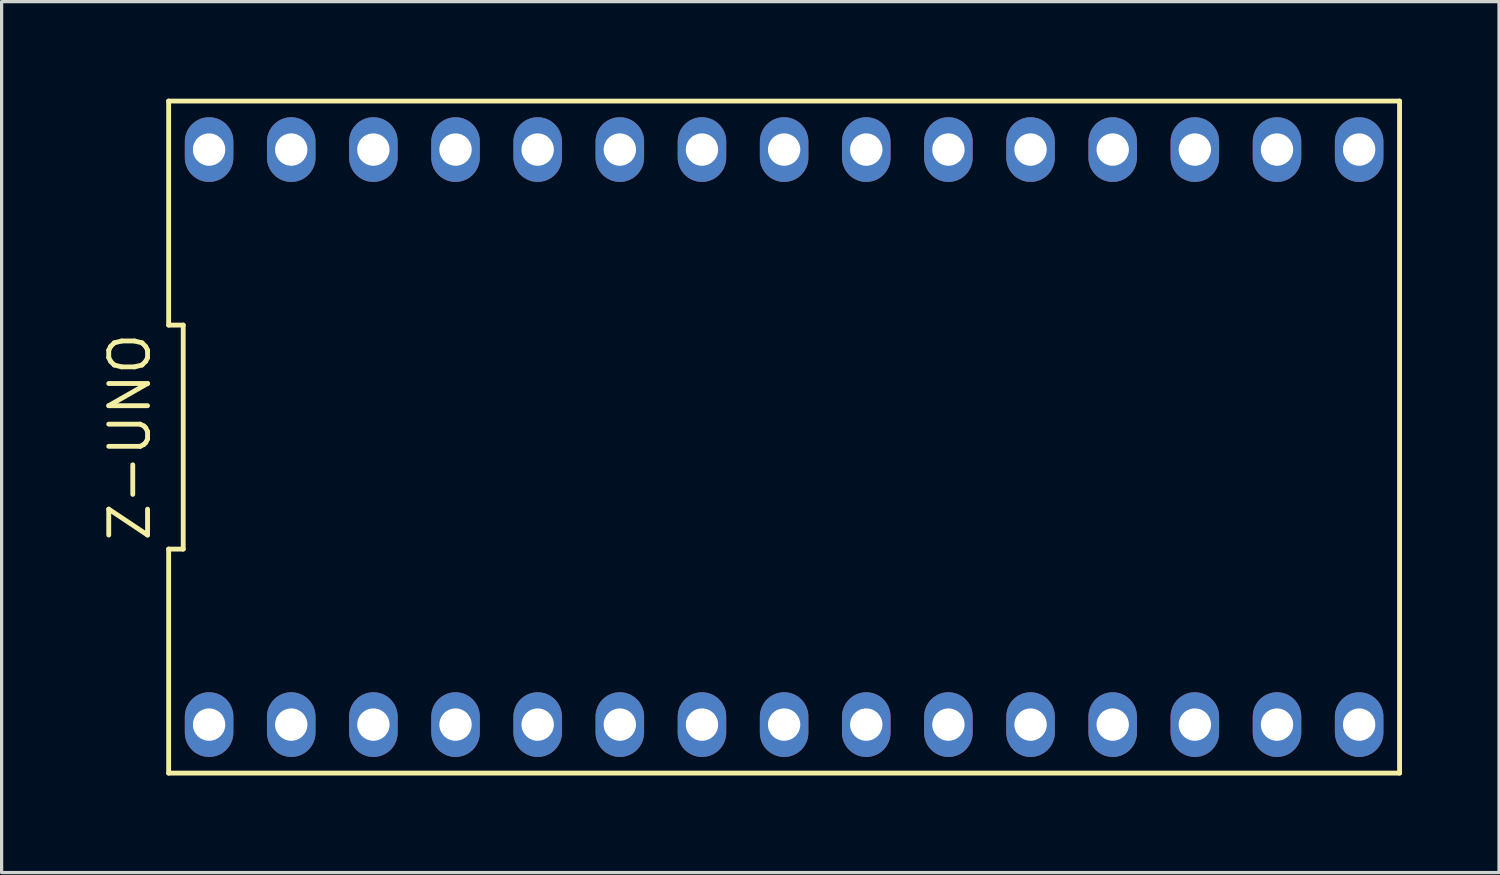
<source format=kicad_pcb>
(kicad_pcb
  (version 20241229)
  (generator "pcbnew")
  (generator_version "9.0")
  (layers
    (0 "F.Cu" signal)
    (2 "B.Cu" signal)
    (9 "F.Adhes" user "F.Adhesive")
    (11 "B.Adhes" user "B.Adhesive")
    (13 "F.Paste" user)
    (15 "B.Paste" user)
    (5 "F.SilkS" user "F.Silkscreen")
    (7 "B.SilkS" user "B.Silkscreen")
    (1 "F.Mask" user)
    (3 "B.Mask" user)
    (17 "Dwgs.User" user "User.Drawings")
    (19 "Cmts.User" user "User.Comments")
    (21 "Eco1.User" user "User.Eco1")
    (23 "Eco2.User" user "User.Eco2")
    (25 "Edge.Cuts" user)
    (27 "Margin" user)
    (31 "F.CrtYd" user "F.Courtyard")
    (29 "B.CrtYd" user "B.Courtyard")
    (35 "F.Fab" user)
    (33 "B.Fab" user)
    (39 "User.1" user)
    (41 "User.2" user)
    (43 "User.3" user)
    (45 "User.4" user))
  (footprint "Z-UNO"
    (layer "F.Cu")
    (at 21.195 10.465)
    (property "Reference" "Z-UNO" (at -20.23 0 90) (layer "F.SilkS") (effects (font (size 1.2 1.2) (thickness 0.15))))
    (attr through_hole)
    (fp_line (start -19.03 -10.39) (end -19.03 -3.463) (stroke (width 0.15) (type solid)) (layer "F.SilkS"))
    (fp_line (start -19.03 -3.463) (end -18.58 -3.463) (stroke (width 0.15) (type solid)) (layer "F.SilkS"))
    (fp_line (start -19.03 3.463) (end -19.03 10.39) (stroke (width 0.15) (type solid)) (layer "F.SilkS"))
    (fp_line (start -19.03 10.39) (end 19.03 10.39) (stroke (width 0.15) (type solid)) (layer "F.SilkS"))
    (fp_line (start -18.58 -3.463) (end -18.58 3.463) (stroke (width 0.15) (type solid)) (layer "F.SilkS"))
    (fp_line (start -18.58 3.463) (end -19.03 3.463) (stroke (width 0.15) (type solid)) (layer "F.SilkS"))
    (fp_line (start 19.03 -10.39) (end -19.03 -10.39) (stroke (width 0.15) (type solid)) (layer "F.SilkS"))
    (fp_line (start 19.03 10.39) (end 19.03 -10.39) (stroke (width 0.15) (type solid)) (layer "F.SilkS"))
    (pad "1" thru_hole oval (at -17.78 8.89) (size 1.5 2) (drill 1) (layers "*.Cu" "*.Mask"))
    (pad "2" thru_hole oval (at -15.24 8.89) (size 1.5 2) (drill 1) (layers "*.Cu" "*.Mask"))
    (pad "3" thru_hole oval (at -12.7 8.89) (size 1.5 2) (drill 1) (layers "*.Cu" "*.Mask"))
    (pad "4" thru_hole oval (at -10.16 8.89) (size 1.5 2) (drill 1) (layers "*.Cu" "*.Mask"))
    (pad "5" thru_hole oval (at -7.62 8.89) (size 1.5 2) (drill 1) (layers "*.Cu" "*.Mask"))
    (pad "6" thru_hole oval (at -5.08 8.89) (size 1.5 2) (drill 1) (layers "*.Cu" "*.Mask"))
    (pad "7" thru_hole oval (at -2.54 8.89) (size 1.5 2) (drill 1) (layers "*.Cu" "*.Mask"))
    (pad "8" thru_hole oval (at 0 8.89) (size 1.5 2) (drill 1) (layers "*.Cu" "*.Mask"))
    (pad "9" thru_hole oval (at 2.54 8.89) (size 1.5 2) (drill 1) (layers "*.Cu" "*.Mask"))
    (pad "10" thru_hole oval (at 5.08 8.89) (size 1.5 2) (drill 1) (layers "*.Cu" "*.Mask"))
    (pad "11" thru_hole oval (at 7.62 8.89) (size 1.5 2) (drill 1) (layers "*.Cu" "*.Mask"))
    (pad "12" thru_hole oval (at 10.16 8.89) (size 1.5 2) (drill 1) (layers "*.Cu" "*.Mask"))
    (pad "13" thru_hole oval (at 12.7 8.89) (size 1.5 2) (drill 1) (layers "*.Cu" "*.Mask"))
    (pad "14" thru_hole oval (at 15.24 8.89) (size 1.5 2) (drill 1) (layers "*.Cu" "*.Mask"))
    (pad "15" thru_hole oval (at 17.78 8.89) (size 1.5 2) (drill 1) (layers "*.Cu" "*.Mask"))
    (pad "16" thru_hole oval (at 17.78 -8.89) (size 1.5 2) (drill 1) (layers "*.Cu" "*.Mask"))
    (pad "17" thru_hole oval (at 15.24 -8.89) (size 1.5 2) (drill 1) (layers "*.Cu" "*.Mask"))
    (pad "18" thru_hole oval (at 12.7 -8.89) (size 1.5 2) (drill 1) (layers "*.Cu" "*.Mask"))
    (pad "19" thru_hole oval (at 10.16 -8.89) (size 1.5 2) (drill 1) (layers "*.Cu" "*.Mask"))
    (pad "20" thru_hole oval (at 7.62 -8.89) (size 1.5 2) (drill 1) (layers "*.Cu" "*.Mask"))
    (pad "21" thru_hole oval (at 5.08 -8.89) (size 1.5 2) (drill 1) (layers "*.Cu" "*.Mask"))
    (pad "22" thru_hole oval (at 2.54 -8.89) (size 1.5 2) (drill 1) (layers "*.Cu" "*.Mask"))
    (pad "23" thru_hole oval (at 0 -8.89) (size 1.5 2) (drill 1) (layers "*.Cu" "*.Mask"))
    (pad "24" thru_hole oval (at -2.54 -8.89) (size 1.5 2) (drill 1) (layers "*.Cu" "*.Mask"))
    (pad "25" thru_hole oval (at -5.08 -8.89) (size 1.5 2) (drill 1) (layers "*.Cu" "*.Mask"))
    (pad "26" thru_hole oval (at -7.62 -8.89) (size 1.5 2) (drill 1) (layers "*.Cu" "*.Mask"))
    (pad "27" thru_hole oval (at -10.16 -8.89) (size 1.5 2) (drill 1) (layers "*.Cu" "*.Mask"))
    (pad "28" thru_hole oval (at -12.7 -8.89) (size 1.5 2) (drill 1) (layers "*.Cu" "*.Mask"))
    (pad "29" thru_hole oval (at -15.24 -8.89) (size 1.5 2) (drill 1) (layers "*.Cu" "*.Mask"))
    (pad "30" thru_hole oval (at -17.78 -8.89) (size 1.5 2) (drill 1) (layers "*.Cu" "*.Mask")))
  (gr_rect
    (start -3 -3)
    (end 43.3 23.93)
    (stroke (width 0.1) (type default))
    (fill no)
    (layer "Edge.Cuts")))
</source>
